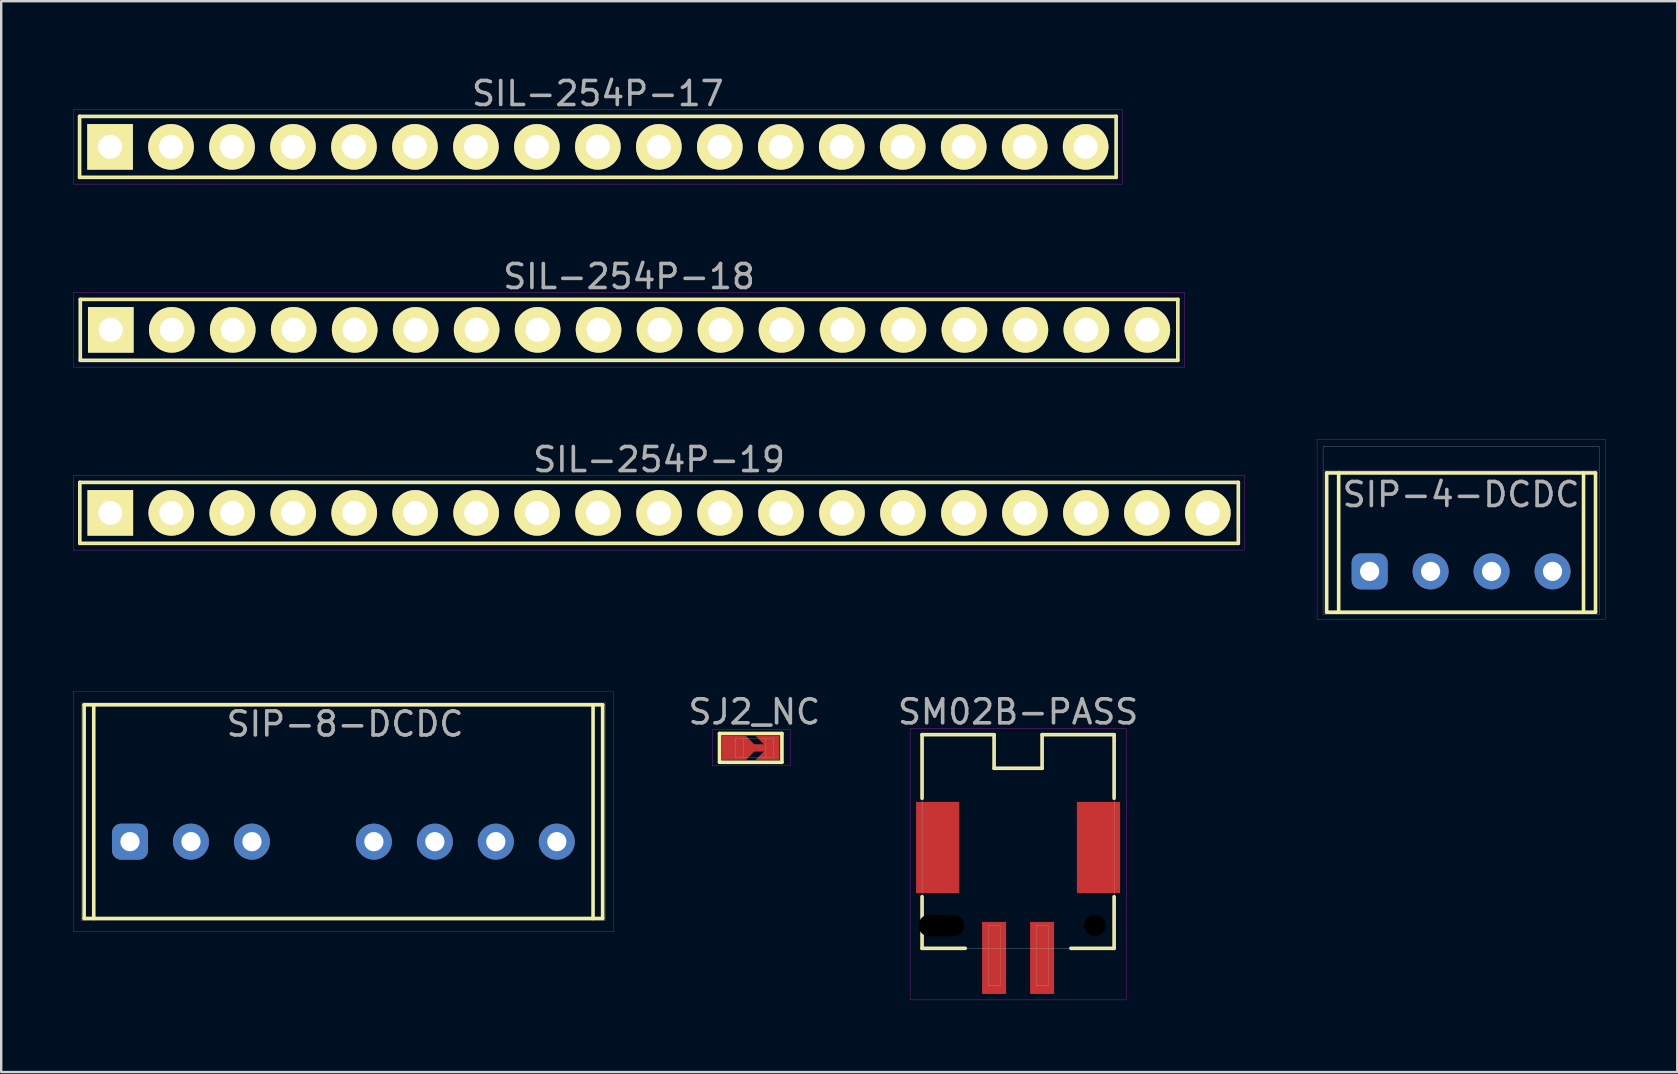
<source format=kicad_pcb>
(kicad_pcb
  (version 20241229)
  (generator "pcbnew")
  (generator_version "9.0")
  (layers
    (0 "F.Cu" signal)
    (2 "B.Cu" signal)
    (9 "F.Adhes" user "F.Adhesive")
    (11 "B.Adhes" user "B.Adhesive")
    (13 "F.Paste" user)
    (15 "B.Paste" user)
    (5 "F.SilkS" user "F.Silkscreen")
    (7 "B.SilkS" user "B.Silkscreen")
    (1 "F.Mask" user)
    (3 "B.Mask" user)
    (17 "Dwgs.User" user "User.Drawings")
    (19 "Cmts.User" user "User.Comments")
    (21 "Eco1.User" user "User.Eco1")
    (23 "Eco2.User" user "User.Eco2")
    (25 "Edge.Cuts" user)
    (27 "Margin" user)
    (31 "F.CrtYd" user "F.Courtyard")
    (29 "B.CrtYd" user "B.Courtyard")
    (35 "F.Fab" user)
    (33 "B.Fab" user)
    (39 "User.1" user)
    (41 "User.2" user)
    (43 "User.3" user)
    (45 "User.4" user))
  (footprint "SIL-254P-19"
    (layer "F.Cu")
    (at 24.405 18.315)
    (property "Reference" "SIL-254P-19" (at 0 -2.22 0) (layer "F.Fab") (effects (font (size 1 1) (thickness 0.15))))
    (attr through_hole)
    (fp_line (start -24.13 -1.27) (end 24.13 -1.27) (stroke (width 0.15) (type solid)) (layer "F.SilkS"))
    (fp_line (start -24.13 1.27) (end -24.13 -1.27) (stroke (width 0.15) (type solid)) (layer "F.SilkS"))
    (fp_line (start 24.13 -1.27) (end 24.13 1.27) (stroke (width 0.15) (type solid)) (layer "F.SilkS"))
    (fp_line (start 24.13 1.27) (end -24.13 1.27) (stroke (width 0.15) (type solid)) (layer "F.SilkS"))
    (fp_line (start -24.4 -1.55) (end 24.4 -1.55) (stroke (width 0.01) (type solid)) (layer "F.CrtYd"))
    (fp_line (start -24.4 1.55) (end -24.4 -1.55) (stroke (width 0.01) (type solid)) (layer "F.CrtYd"))
    (fp_line (start 24.4 -1.55) (end 24.4 1.55) (stroke (width 0.01) (type solid)) (layer "F.CrtYd"))
    (fp_line (start 24.4 1.55) (end -24.4 1.55) (stroke (width 0.01) (type solid)) (layer "F.CrtYd"))
    (fp_line (start -24.13 -1.27) (end 24.13 -1.27) (stroke (width 0.01) (type solid)) (layer "F.Fab"))
    (fp_line (start -24.13 1.27) (end -24.13 -1.27) (stroke (width 0.01) (type solid)) (layer "F.Fab"))
    (fp_line (start 24.13 -1.27) (end 24.13 1.27) (stroke (width 0.01) (type solid)) (layer "F.Fab"))
    (fp_line (start 24.13 1.27) (end -24.13 1.27) (stroke (width 0.01) (type solid)) (layer "F.Fab"))
    (pad "1" thru_hole rect (at -22.86 0) (size 1.9 1.9) (drill 1) (layers "*.Cu" "*.Mask" "F.SilkS"))
    (pad "2" thru_hole circle (at -20.32 0) (size 1.9 1.9) (drill 1) (layers "*.Cu" "*.Mask" "F.SilkS"))
    (pad "3" thru_hole circle (at -17.78 0) (size 1.9 1.9) (drill 1) (layers "*.Cu" "*.Mask" "F.SilkS"))
    (pad "4" thru_hole circle (at -15.24 0) (size 1.9 1.9) (drill 1) (layers "*.Cu" "*.Mask" "F.SilkS"))
    (pad "5" thru_hole circle (at -12.7 0) (size 1.9 1.9) (drill 1) (layers "*.Cu" "*.Mask" "F.SilkS"))
    (pad "6" thru_hole circle (at -10.16 0) (size 1.9 1.9) (drill 1) (layers "*.Cu" "*.Mask" "F.SilkS"))
    (pad "7" thru_hole circle (at -7.62 0) (size 1.9 1.9) (drill 1) (layers "*.Cu" "*.Mask" "F.SilkS"))
    (pad "8" thru_hole circle (at -5.08 0) (size 1.9 1.9) (drill 1) (layers "*.Cu" "*.Mask" "F.SilkS"))
    (pad "9" thru_hole circle (at -2.54 0) (size 1.9 1.9) (drill 1) (layers "*.Cu" "*.Mask" "F.SilkS"))
    (pad "10" thru_hole circle (at 0 0) (size 1.9 1.9) (drill 1) (layers "*.Cu" "*.Mask" "F.SilkS"))
    (pad "11" thru_hole circle (at 2.54 0) (size 1.9 1.9) (drill 1) (layers "*.Cu" "*.Mask" "F.SilkS"))
    (pad "12" thru_hole circle (at 5.08 0) (size 1.9 1.9) (drill 1) (layers "*.Cu" "*.Mask" "F.SilkS"))
    (pad "13" thru_hole circle (at 7.62 0) (size 1.9 1.9) (drill 1) (layers "*.Cu" "*.Mask" "F.SilkS"))
    (pad "14" thru_hole circle (at 10.16 0) (size 1.9 1.9) (drill 1) (layers "*.Cu" "*.Mask" "F.SilkS"))
    (pad "15" thru_hole circle (at 12.7 0) (size 1.9 1.9) (drill 1) (layers "*.Cu" "*.Mask" "F.SilkS"))
    (pad "16" thru_hole circle (at 15.24 0) (size 1.9 1.9) (drill 1) (layers "*.Cu" "*.Mask" "F.SilkS"))
    (pad "17" thru_hole circle (at 17.78 0) (size 1.9 1.9) (drill 1) (layers "*.Cu" "*.Mask" "F.SilkS"))
    (pad "18" thru_hole circle (at 20.32 0) (size 1.9 1.9) (drill 1) (layers "*.Cu" "*.Mask" "F.SilkS"))
    (pad "19" thru_hole circle (at 22.86 0) (size 1.9 1.9) (drill 1) (layers "*.Cu" "*.Mask" "F.SilkS")))
  (footprint "SIL-254P-18"
    (layer "F.Cu")
    (at 23.155 10.691)
    (property "Reference" "SIL-254P-18" (at 0 -2.22 0) (layer "F.Fab") (effects (font (size 1 1) (thickness 0.15))))
    (attr through_hole)
    (fp_line (start -22.86 -1.27) (end 22.86 -1.27) (stroke (width 0.15) (type solid)) (layer "F.SilkS"))
    (fp_line (start -22.86 1.27) (end -22.86 -1.27) (stroke (width 0.15) (type solid)) (layer "F.SilkS"))
    (fp_line (start 22.86 -1.27) (end 22.86 1.27) (stroke (width 0.15) (type solid)) (layer "F.SilkS"))
    (fp_line (start 22.86 1.27) (end -22.86 1.27) (stroke (width 0.15) (type solid)) (layer "F.SilkS"))
    (fp_line (start -23.15 -1.55) (end 23.15 -1.55) (stroke (width 0.01) (type solid)) (layer "F.CrtYd"))
    (fp_line (start -23.15 1.55) (end -23.15 -1.55) (stroke (width 0.01) (type solid)) (layer "F.CrtYd"))
    (fp_line (start 23.15 -1.55) (end 23.15 1.55) (stroke (width 0.01) (type solid)) (layer "F.CrtYd"))
    (fp_line (start 23.15 1.55) (end -23.15 1.55) (stroke (width 0.01) (type solid)) (layer "F.CrtYd"))
    (fp_line (start -22.86 -1.27) (end 22.86 -1.27) (stroke (width 0.01) (type solid)) (layer "F.Fab"))
    (fp_line (start -22.86 1.27) (end -22.86 -1.27) (stroke (width 0.01) (type solid)) (layer "F.Fab"))
    (fp_line (start 22.86 -1.27) (end 22.86 1.27) (stroke (width 0.01) (type solid)) (layer "F.Fab"))
    (fp_line (start 22.86 1.27) (end -22.86 1.27) (stroke (width 0.01) (type solid)) (layer "F.Fab"))
    (pad "1" thru_hole rect (at -21.59 0) (size 1.9 1.9) (drill 1) (layers "*.Cu" "*.Mask" "F.SilkS"))
    (pad "2" thru_hole circle (at -19.05 0) (size 1.9 1.9) (drill 1) (layers "*.Cu" "*.Mask" "F.SilkS"))
    (pad "3" thru_hole circle (at -16.51 0) (size 1.9 1.9) (drill 1) (layers "*.Cu" "*.Mask" "F.SilkS"))
    (pad "4" thru_hole circle (at -13.97 0) (size 1.9 1.9) (drill 1) (layers "*.Cu" "*.Mask" "F.SilkS"))
    (pad "5" thru_hole circle (at -11.43 0) (size 1.9 1.9) (drill 1) (layers "*.Cu" "*.Mask" "F.SilkS"))
    (pad "6" thru_hole circle (at -8.89 0) (size 1.9 1.9) (drill 1) (layers "*.Cu" "*.Mask" "F.SilkS"))
    (pad "7" thru_hole circle (at -6.35 0) (size 1.9 1.9) (drill 1) (layers "*.Cu" "*.Mask" "F.SilkS"))
    (pad "8" thru_hole circle (at -3.81 0) (size 1.9 1.9) (drill 1) (layers "*.Cu" "*.Mask" "F.SilkS"))
    (pad "9" thru_hole circle (at -1.27 0) (size 1.9 1.9) (drill 1) (layers "*.Cu" "*.Mask" "F.SilkS"))
    (pad "10" thru_hole circle (at 1.27 0) (size 1.9 1.9) (drill 1) (layers "*.Cu" "*.Mask" "F.SilkS"))
    (pad "11" thru_hole circle (at 3.81 0) (size 1.9 1.9) (drill 1) (layers "*.Cu" "*.Mask" "F.SilkS"))
    (pad "12" thru_hole circle (at 6.35 0) (size 1.9 1.9) (drill 1) (layers "*.Cu" "*.Mask" "F.SilkS"))
    (pad "13" thru_hole circle (at 8.89 0) (size 1.9 1.9) (drill 1) (layers "*.Cu" "*.Mask" "F.SilkS"))
    (pad "14" thru_hole circle (at 11.43 0) (size 1.9 1.9) (drill 1) (layers "*.Cu" "*.Mask" "F.SilkS"))
    (pad "15" thru_hole circle (at 13.97 0) (size 1.9 1.9) (drill 1) (layers "*.Cu" "*.Mask" "F.SilkS"))
    (pad "16" thru_hole circle (at 16.51 0) (size 1.9 1.9) (drill 1) (layers "*.Cu" "*.Mask" "F.SilkS"))
    (pad "17" thru_hole circle (at 19.05 0) (size 1.9 1.9) (drill 1) (layers "*.Cu" "*.Mask" "F.SilkS"))
    (pad "18" thru_hole circle (at 21.59 0) (size 1.9 1.9) (drill 1) (layers "*.Cu" "*.Mask" "F.SilkS")))
  (footprint "SIP-4-DCDC"
    (layer "F.Cu")
    (at 57.815 20.752)
    (property "Reference" "SIP-4-DCDC" (at 0 -3.2 0) (layer "F.Fab") (effects (font (size 1 1) (thickness 0.15))))
    (attr through_hole)
    (fp_line (start -5.6 -4.1) (end -5.6 1.7) (stroke (width 0.15) (type solid)) (layer "F.SilkS"))
    (fp_line (start -5.6 1.7) (end 5.6 1.7) (stroke (width 0.15) (type solid)) (layer "F.SilkS"))
    (fp_line (start -5.1 -4.1) (end -5.1 1.7) (stroke (width 0.15) (type solid)) (layer "F.SilkS"))
    (fp_line (start 5.1 -4.1) (end 5.1 1.7) (stroke (width 0.15) (type solid)) (layer "F.SilkS"))
    (fp_line (start 5.6 -4.1) (end -5.6 -4.1) (stroke (width 0.15) (type solid)) (layer "F.SilkS"))
    (fp_line (start 5.6 1.7) (end 5.6 -4.1) (stroke (width 0.15) (type solid)) (layer "F.SilkS"))
    (fp_line (start -6 -5.5) (end -6 2) (stroke (width 0.01) (type solid)) (layer "F.CrtYd"))
    (fp_line (start -6 2) (end 6 2) (stroke (width 0.01) (type solid)) (layer "F.CrtYd"))
    (fp_line (start 6 -5.5) (end -6 -5.5) (stroke (width 0.01) (type solid)) (layer "F.CrtYd"))
    (fp_line (start 6 2) (end 6 -5.5) (stroke (width 0.01) (type solid)) (layer "F.CrtYd"))
    (fp_line (start -5.75 -5.2) (end -5.75 -4.2) (stroke (width 0.01) (type solid)) (layer "F.Fab"))
    (fp_line (start -5.75 -5.2) (end 5.75 -5.2) (stroke (width 0.01) (type solid)) (layer "F.Fab"))
    (fp_line (start -5.75 -4.2) (end 5.75 -4.2) (stroke (width 0.01) (type solid)) (layer "F.Fab"))
    (fp_line (start -5.75 1.8) (end -5.75 -4.2) (stroke (width 0.01) (type solid)) (layer "F.Fab"))
    (fp_line (start 5.75 -5.2) (end 5.75 -4.2) (stroke (width 0.01) (type solid)) (layer "F.Fab"))
    (fp_line (start 5.75 -4.2) (end 5.75 1.8) (stroke (width 0.01) (type solid)) (layer "F.Fab"))
    (fp_line (start 5.75 1.8) (end -5.75 1.8) (stroke (width 0.01) (type solid)) (layer "F.Fab"))
    (pad "1" thru_hole roundrect (at -3.81 0) (size 1.5 1.5) (drill 0.8) (layers "*.Cu" "*.Mask") (roundrect_rratio 0.25))
    (pad "2" thru_hole circle (at -1.27 0) (size 1.5 1.5) (drill 0.8) (layers "*.Cu" "*.Mask"))
    (pad "3" thru_hole circle (at 1.27 0) (size 1.5 1.5) (drill 0.8) (layers "*.Cu" "*.Mask"))
    (pad "4" thru_hole circle (at 3.81 0) (size 1.5 1.5) (drill 0.8) (layers "*.Cu" "*.Mask")))
  (footprint "SIL-254P-17"
    (layer "F.Cu")
    (at 21.855 3.068)
    (property "Reference" "SIL-254P-17" (at 0 -2.22 0) (layer "F.Fab") (effects (font (size 1 1) (thickness 0.15))))
    (attr through_hole)
    (fp_line (start -21.59 -1.27) (end 21.59 -1.27) (stroke (width 0.15) (type solid)) (layer "F.SilkS"))
    (fp_line (start -21.59 1.27) (end -21.59 -1.27) (stroke (width 0.15) (type solid)) (layer "F.SilkS"))
    (fp_line (start 21.59 -1.27) (end 21.59 1.27) (stroke (width 0.15) (type solid)) (layer "F.SilkS"))
    (fp_line (start 21.59 1.27) (end -21.59 1.27) (stroke (width 0.15) (type solid)) (layer "F.SilkS"))
    (fp_line (start -21.85 -1.55) (end 21.85 -1.55) (stroke (width 0.01) (type solid)) (layer "F.CrtYd"))
    (fp_line (start -21.85 1.55) (end -21.85 -1.55) (stroke (width 0.01) (type solid)) (layer "F.CrtYd"))
    (fp_line (start 21.85 -1.55) (end 21.85 1.55) (stroke (width 0.01) (type solid)) (layer "F.CrtYd"))
    (fp_line (start 21.85 1.55) (end -21.85 1.55) (stroke (width 0.01) (type solid)) (layer "F.CrtYd"))
    (fp_line (start -21.59 -1.27) (end 21.59 -1.27) (stroke (width 0.01) (type solid)) (layer "F.Fab"))
    (fp_line (start -21.59 1.27) (end -21.59 -1.27) (stroke (width 0.01) (type solid)) (layer "F.Fab"))
    (fp_line (start 21.59 -1.27) (end 21.59 1.27) (stroke (width 0.01) (type solid)) (layer "F.Fab"))
    (fp_line (start 21.59 1.27) (end -21.59 1.27) (stroke (width 0.01) (type solid)) (layer "F.Fab"))
    (pad "1" thru_hole rect (at -20.32 0) (size 1.9 1.9) (drill 1) (layers "*.Cu" "*.Mask" "F.SilkS"))
    (pad "2" thru_hole circle (at -17.78 0) (size 1.9 1.9) (drill 1) (layers "*.Cu" "*.Mask" "F.SilkS"))
    (pad "3" thru_hole circle (at -15.24 0) (size 1.9 1.9) (drill 1) (layers "*.Cu" "*.Mask" "F.SilkS"))
    (pad "4" thru_hole circle (at -12.7 0) (size 1.9 1.9) (drill 1) (layers "*.Cu" "*.Mask" "F.SilkS"))
    (pad "5" thru_hole circle (at -10.16 0) (size 1.9 1.9) (drill 1) (layers "*.Cu" "*.Mask" "F.SilkS"))
    (pad "6" thru_hole circle (at -7.62 0) (size 1.9 1.9) (drill 1) (layers "*.Cu" "*.Mask" "F.SilkS"))
    (pad "7" thru_hole circle (at -5.08 0) (size 1.9 1.9) (drill 1) (layers "*.Cu" "*.Mask" "F.SilkS"))
    (pad "8" thru_hole circle (at -2.54 0) (size 1.9 1.9) (drill 1) (layers "*.Cu" "*.Mask" "F.SilkS"))
    (pad "9" thru_hole circle (at 0 0) (size 1.9 1.9) (drill 1) (layers "*.Cu" "*.Mask" "F.SilkS"))
    (pad "10" thru_hole circle (at 2.54 0) (size 1.9 1.9) (drill 1) (layers "*.Cu" "*.Mask" "F.SilkS"))
    (pad "11" thru_hole circle (at 5.08 0) (size 1.9 1.9) (drill 1) (layers "*.Cu" "*.Mask" "F.SilkS"))
    (pad "12" thru_hole circle (at 7.62 0) (size 1.9 1.9) (drill 1) (layers "*.Cu" "*.Mask" "F.SilkS"))
    (pad "13" thru_hole circle (at 10.16 0) (size 1.9 1.9) (drill 1) (layers "*.Cu" "*.Mask" "F.SilkS"))
    (pad "14" thru_hole circle (at 12.7 0) (size 1.9 1.9) (drill 1) (layers "*.Cu" "*.Mask" "F.SilkS"))
    (pad "15" thru_hole circle (at 15.24 0) (size 1.9 1.9) (drill 1) (layers "*.Cu" "*.Mask" "F.SilkS"))
    (pad "16" thru_hole circle (at 17.78 0) (size 1.9 1.9) (drill 1) (layers "*.Cu" "*.Mask" "F.SilkS"))
    (pad "17" thru_hole circle (at 20.32 0) (size 1.9 1.9) (drill 1) (layers "*.Cu" "*.Mask" "F.SilkS")))
  (footprint "SJ2_NC"
    (layer "F.Cu")
    (at 28.373 28.105)
    (property "Reference" "SJ2_NC" (at 0 -1.5 180) (layer "F.Fab") (effects (font (size 1 1) (thickness 0.15))))
    (attr through_hole)
    (fp_poly (pts (xy 0.6 0.15) (xy -0.05 0.15) (xy -0.05 -0.15) (xy 0.6 -0.15)) (stroke (width 0.01) (type solid)) (fill yes) (layer "F.Cu"))
    (fp_line (start -1.45 -0.6) (end -1.45 0.6) (stroke (width 0.15) (type solid)) (layer "F.SilkS"))
    (fp_line (start -1.45 0.6) (end 1.15 0.6) (stroke (width 0.15) (type solid)) (layer "F.SilkS"))
    (fp_line (start 1.15 -0.6) (end -1.45 -0.6) (stroke (width 0.15) (type solid)) (layer "F.SilkS"))
    (fp_line (start 1.15 0.6) (end 1.15 -0.6) (stroke (width 0.15) (type solid)) (layer "F.SilkS"))
    (fp_line (start -1.75 -0.75) (end 1.5 -0.75) (stroke (width 0.01) (type solid)) (layer "F.CrtYd"))
    (fp_line (start -1.75 0.75) (end -1.75 -0.75) (stroke (width 0.01) (type solid)) (layer "F.CrtYd"))
    (fp_line (start 1.5 -0.75) (end 1.5 0.75) (stroke (width 0.01) (type solid)) (layer "F.CrtYd"))
    (fp_line (start 1.5 0.75) (end -1.75 0.75) (stroke (width 0.01) (type solid)) (layer "F.CrtYd"))
    (fp_line (start -0.8 -0.4) (end 0.8 -0.4) (stroke (width 0.01) (type solid)) (layer "F.Fab"))
    (fp_line (start -0.8 0.4) (end -0.8 -0.4) (stroke (width 0.01) (type solid)) (layer "F.Fab"))
    (fp_line (start -0.45 -0.4) (end -0.45 0.4) (stroke (width 0.01) (type solid)) (layer "F.Fab"))
    (fp_line (start 0.45 -0.4) (end 0.45 0.4) (stroke (width 0.01) (type solid)) (layer "F.Fab"))
    (fp_line (start 0.8 -0.4) (end 0.8 0.4) (stroke (width 0.01) (type solid)) (layer "F.Fab"))
    (fp_line (start 0.8 0.4) (end -0.8 0.4) (stroke (width 0.01) (type solid)) (layer "F.Fab"))
    (pad "" smd rect (at 0.1 0) (size 1 1) (layers "F.Mask"))
    (pad "1" smd custom (at -0.85 0) (size 1 1) (layers "F.Cu" "F.Mask") (options (anchor rect)) (primitives (gr_poly (pts (xy 0.5 0.5) (xy 1 0) (xy 0.5 -0.5)) (width 0) (fill yes))))
    (pad "1" smd custom (at 0.85 0) (size 0.4 0.4) (layers "F.Cu" "F.Mask") (options (anchor rect)) (primitives (gr_poly (pts (xy -0.8 0.5) (xy -0.3 0) (xy -0.8 -0.5) (xy 0.2 -0.5) (xy 0.2 0.5)) (width 0) (fill yes)))))
  (footprint "SIP-8-DCDC"
    (layer "F.Cu")
    (at 11.255 32.011)
    (property "Reference" "SIP-8-DCDC" (at 0.07 -4.9 0) (layer "F.Fab") (effects (font (size 1 1) (thickness 0.15))))
    (attr through_hole)
    (fp_line (start -10.8 -5.7) (end 10.8 -5.7) (stroke (width 0.15) (type solid)) (layer "F.SilkS"))
    (fp_line (start -10.8 3.2) (end -10.8 -5.7) (stroke (width 0.15) (type solid)) (layer "F.SilkS"))
    (fp_line (start -10.4 -5.7) (end -10.4 3.2) (stroke (width 0.15) (type solid)) (layer "F.SilkS"))
    (fp_line (start 10.4 -5.7) (end 10.4 3.2) (stroke (width 0.15) (type solid)) (layer "F.SilkS"))
    (fp_line (start 10.8 -5.7) (end 10.8 3.2) (stroke (width 0.15) (type solid)) (layer "F.SilkS"))
    (fp_line (start 10.8 3.2) (end -10.8 3.2) (stroke (width 0.15) (type solid)) (layer "F.SilkS"))
    (fp_line (start -11.25 -6.25) (end -11.25 3.75) (stroke (width 0.01) (type solid)) (layer "F.CrtYd"))
    (fp_line (start -11.25 3.75) (end 11.25 3.75) (stroke (width 0.01) (type solid)) (layer "F.CrtYd"))
    (fp_line (start 11.25 -6.25) (end -11.25 -6.25) (stroke (width 0.01) (type solid)) (layer "F.CrtYd"))
    (fp_line (start 11.25 3.75) (end 11.25 -6.25) (stroke (width 0.01) (type solid)) (layer "F.CrtYd"))
    (fp_line (start -10.9 -5.8) (end 10.9 -5.8) (stroke (width 0.01) (type solid)) (layer "F.Fab"))
    (fp_line (start -10.9 3.3) (end -10.9 -5.8) (stroke (width 0.01) (type solid)) (layer "F.Fab"))
    (fp_line (start 10.9 -5.8) (end 10.9 3.3) (stroke (width 0.01) (type solid)) (layer "F.Fab"))
    (fp_line (start 10.9 3.3) (end -10.9 3.3) (stroke (width 0.01) (type solid)) (layer "F.Fab"))
    (pad "1" thru_hole roundrect (at -8.89 0) (size 1.5 1.5) (drill 0.8) (layers "*.Cu" "*.Mask") (roundrect_rratio 0.25))
    (pad "2" thru_hole circle (at -6.35 0) (size 1.5 1.5) (drill 0.8) (layers "*.Cu" "*.Mask"))
    (pad "3" thru_hole circle (at -3.81 0) (size 1.5 1.5) (drill 0.8) (layers "*.Cu" "*.Mask"))
    (pad "5" thru_hole circle (at 1.27 0) (size 1.5 1.5) (drill 0.8) (layers "*.Cu" "*.Mask"))
    (pad "6" thru_hole circle (at 3.81 0) (size 1.5 1.5) (drill 0.8) (layers "*.Cu" "*.Mask"))
    (pad "7" thru_hole circle (at 6.35 0) (size 1.5 1.5) (drill 0.8) (layers "*.Cu" "*.Mask"))
    (pad "8" thru_hole circle (at 8.89 0) (size 1.5 1.5) (drill 0.8) (layers "*.Cu" "*.Mask")))
  (footprint "SM02B-PASS"
    (layer "F.Cu")
    (at 39.361 35.505)
    (property "Reference" "SM02B-PASS" (at 0 -8.9 0) (layer "F.Fab") (effects (font (size 1 1) (thickness 0.15))))
    (attr through_hole)
    (fp_line (start -4 -7.95) (end -4 -5.3) (stroke (width 0.15) (type solid)) (layer "F.SilkS"))
    (fp_line (start -4 -7.95) (end -1 -7.95) (stroke (width 0.15) (type solid)) (layer "F.SilkS"))
    (fp_line (start -4 0.95) (end -4 -1.2) (stroke (width 0.15) (type solid)) (layer "F.SilkS"))
    (fp_line (start -4 0.95) (end -2.2 0.95) (stroke (width 0.15) (type solid)) (layer "F.SilkS"))
    (fp_line (start -1 -7.95) (end -1 -6.55) (stroke (width 0.15) (type solid)) (layer "F.SilkS"))
    (fp_line (start -1 -6.55) (end 1 -6.55) (stroke (width 0.15) (type solid)) (layer "F.SilkS"))
    (fp_line (start 1 -7.95) (end 4 -7.95) (stroke (width 0.15) (type solid)) (layer "F.SilkS"))
    (fp_line (start 1 -6.55) (end 1 -7.95) (stroke (width 0.15) (type solid)) (layer "F.SilkS"))
    (fp_line (start 4 -7.95) (end 4 -5.3) (stroke (width 0.15) (type solid)) (layer "F.SilkS"))
    (fp_line (start 4 0.95) (end 2.2 0.95) (stroke (width 0.15) (type solid)) (layer "F.SilkS"))
    (fp_line (start 4 0.95) (end 4 -1.2) (stroke (width 0.15) (type solid)) (layer "F.SilkS"))
    (fp_line (start -4.5 -8.2) (end 4.5 -8.2) (stroke (width 0.01) (type solid)) (layer "F.CrtYd"))
    (fp_line (start -4.5 3.1) (end -4.5 -8.2) (stroke (width 0.01) (type solid)) (layer "F.CrtYd"))
    (fp_line (start 4.5 -8.2) (end 4.5 3.1) (stroke (width 0.01) (type solid)) (layer "F.CrtYd"))
    (fp_line (start 4.5 3.1) (end -4.5 3.1) (stroke (width 0.01) (type solid)) (layer "F.CrtYd"))
    (fp_line (start -4 -7.95) (end -1 -7.95) (stroke (width 0.01) (type solid)) (layer "F.Fab"))
    (fp_line (start -4 0.95) (end -4 -7.95) (stroke (width 0.01) (type solid)) (layer "F.Fab"))
    (fp_line (start -1.25 0) (end -0.75 0) (stroke (width 0.01) (type solid)) (layer "F.Fab"))
    (fp_line (start -1.25 2.5) (end -1.25 0) (stroke (width 0.01) (type solid)) (layer "F.Fab"))
    (fp_line (start -1 -7.95) (end -1 -6.55) (stroke (width 0.01) (type solid)) (layer "F.Fab"))
    (fp_line (start -1 -6.55) (end 1 -6.55) (stroke (width 0.01) (type solid)) (layer "F.Fab"))
    (fp_line (start -0.75 0) (end -0.75 2.5) (stroke (width 0.01) (type solid)) (layer "F.Fab"))
    (fp_line (start -0.75 2.5) (end -1.25 2.5) (stroke (width 0.01) (type solid)) (layer "F.Fab"))
    (fp_line (start 0.75 0) (end 1.25 0) (stroke (width 0.01) (type solid)) (layer "F.Fab"))
    (fp_line (start 0.75 2.5) (end 0.75 0) (stroke (width 0.01) (type solid)) (layer "F.Fab"))
    (fp_line (start 1 -7.95) (end 4 -7.95) (stroke (width 0.01) (type solid)) (layer "F.Fab"))
    (fp_line (start 1 -6.55) (end 1 -7.95) (stroke (width 0.01) (type solid)) (layer "F.Fab"))
    (fp_line (start 1.25 0) (end 1.25 2.5) (stroke (width 0.01) (type solid)) (layer "F.Fab"))
    (fp_line (start 1.25 2.5) (end 0.75 2.5) (stroke (width 0.01) (type solid)) (layer "F.Fab"))
    (fp_line (start 4 -7.95) (end 4 0.95) (stroke (width 0.01) (type solid)) (layer "F.Fab"))
    (fp_line (start 4 0.95) (end -4 0.95) (stroke (width 0.01) (type solid)) (layer "F.Fab"))
    (pad "" smd rect (at -3.35 -3.25) (size 1.8 3.8) (layers "F.Cu" "F.Mask" "F.Paste"))
    (pad "" np_thru_hole oval (at -3.2 0) (size 1.9 0.9) (drill oval 1.9 0.9) (layers "*.Mask"))
    (pad "" np_thru_hole circle (at 3.2 0) (size 0.9 0.9) (drill 0.9) (layers "*.Mask"))
    (pad "" smd rect (at 3.35 -3.25) (size 1.8 3.8) (layers "F.Cu" "F.Mask" "F.Paste"))
    (pad "1" smd rect (at 1 1.35) (size 1 3) (layers "F.Cu" "F.Mask" "F.Paste"))
    (pad "2" smd rect (at -1 1.35) (size 1 3) (layers "F.Cu" "F.Mask" "F.Paste")))
  (gr_rect
    (start -3 -3)
    (end 66.82 41.61)
    (stroke (width 0.1) (type default))
    (fill no)
    (layer "Edge.Cuts")))
</source>
